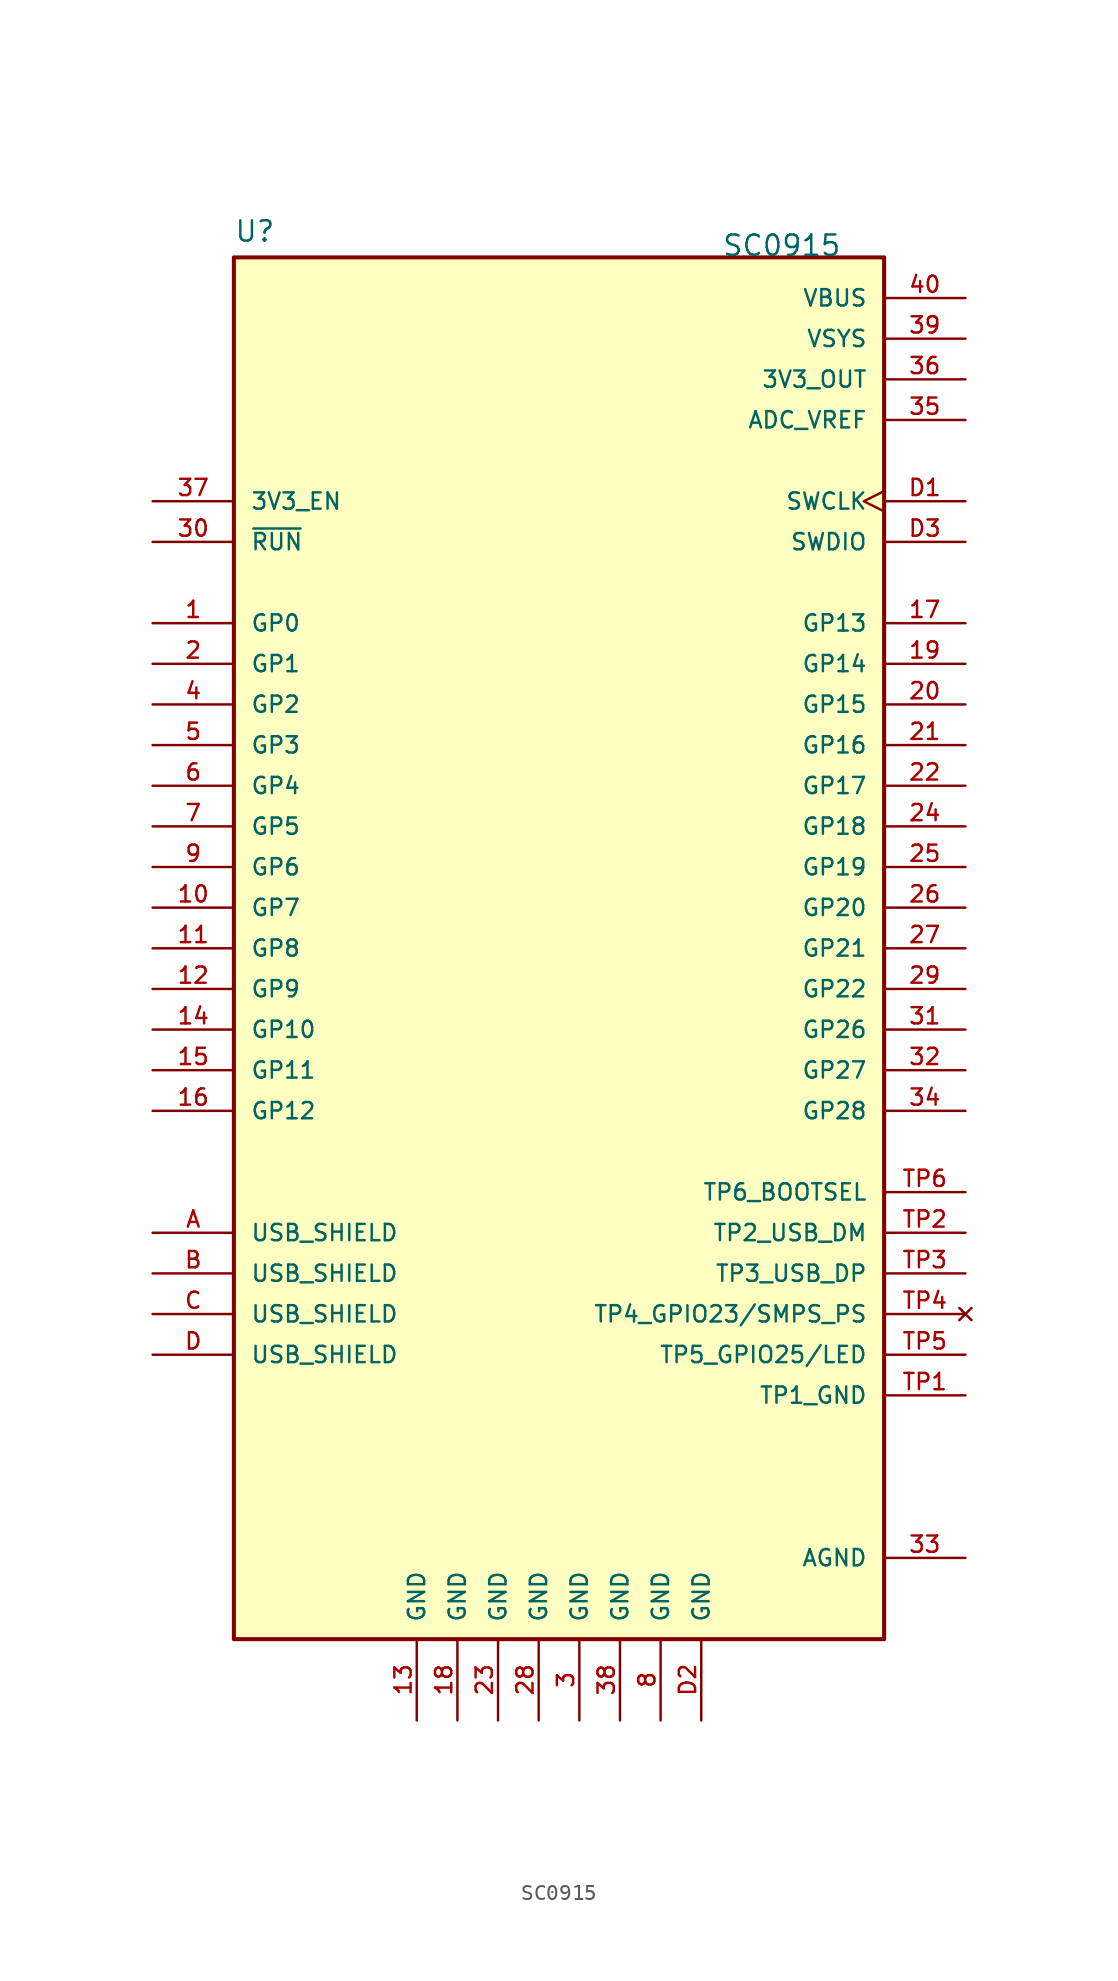
<source format=kicad_sym>
(kicad_symbol_lib
  (version 20231120)
  (generator "kicad_symbol_editor")
  (generator_version "8.0")
  (symbol "SC0915"
    (pin_names
      (offset 1.016))
    (property "Reference" "U"
      (at -20.32 44.069 0)
      (effects (font (size 1.27 1.27)) (justify left bottom)))
    (property "Value" "SC0915"
      (at 10.16 43.18 0)
      (effects (font (size 1.27 1.27)) (justify left bottom)))
    (symbol "SC0915_0_0"
      (rectangle (start -20.32 -43.18) (end 20.32 43.18) (stroke (width 0.254) (type default)) (fill (type background)))
      (pin bidirectional line (at -25.4 20.32 0) (length 5.08) (name "GP0" (effects (font (size 1.016 1.016)))) (number "1" (effects (font (size 1.016 1.016)))))
      (pin bidirectional line (at -25.4 2.54 0) (length 5.08) (name "GP7" (effects (font (size 1.016 1.016)))) (number "10" (effects (font (size 1.016 1.016)))))
      (pin bidirectional line (at -25.4 0 0) (length 5.08) (name "GP8" (effects (font (size 1.016 1.016)))) (number "11" (effects (font (size 1.016 1.016)))))
      (pin bidirectional line (at -25.4 -2.54 0) (length 5.08) (name "GP9" (effects (font (size 1.016 1.016)))) (number "12" (effects (font (size 1.016 1.016)))))
      (pin power_in line (at -8.89 -48.26 90) (length 5.08) (name "GND" (effects (font (size 1.016 1.016)))) (number "13" (effects (font (size 1.016 1.016)))))
      (pin bidirectional line (at -25.4 -5.08 0) (length 5.08) (name "GP10" (effects (font (size 1.016 1.016)))) (number "14" (effects (font (size 1.016 1.016)))))
      (pin bidirectional line (at -25.4 -7.62 0) (length 5.08) (name "GP11" (effects (font (size 1.016 1.016)))) (number "15" (effects (font (size 1.016 1.016)))))
      (pin bidirectional line (at -25.4 -10.16 0) (length 5.08) (name "GP12" (effects (font (size 1.016 1.016)))) (number "16" (effects (font (size 1.016 1.016)))))
      (pin bidirectional line (at 25.4 20.32 180) (length 5.08) (name "GP13" (effects (font (size 1.016 1.016)))) (number "17" (effects (font (size 1.016 1.016)))))
      (pin power_in line (at -6.35 -48.26 90) (length 5.08) (name "GND" (effects (font (size 1.016 1.016)))) (number "18" (effects (font (size 1.016 1.016)))))
      (pin bidirectional line (at 25.4 17.78 180) (length 5.08) (name "GP14" (effects (font (size 1.016 1.016)))) (number "19" (effects (font (size 1.016 1.016)))))
      (pin bidirectional line (at -25.4 17.78 0) (length 5.08) (name "GP1" (effects (font (size 1.016 1.016)))) (number "2" (effects (font (size 1.016 1.016)))))
      (pin bidirectional line (at 25.4 15.24 180) (length 5.08) (name "GP15" (effects (font (size 1.016 1.016)))) (number "20" (effects (font (size 1.016 1.016)))))
      (pin bidirectional line (at 25.4 12.7 180) (length 5.08) (name "GP16" (effects (font (size 1.016 1.016)))) (number "21" (effects (font (size 1.016 1.016)))))
      (pin bidirectional line (at 25.4 10.16 180) (length 5.08) (name "GP17" (effects (font (size 1.016 1.016)))) (number "22" (effects (font (size 1.016 1.016)))))
      (pin power_in line (at -3.81 -48.26 90) (length 5.08) (name "GND" (effects (font (size 1.016 1.016)))) (number "23" (effects (font (size 1.016 1.016)))))
      (pin bidirectional line (at 25.4 7.62 180) (length 5.08) (name "GP18" (effects (font (size 1.016 1.016)))) (number "24" (effects (font (size 1.016 1.016)))))
      (pin bidirectional line (at 25.4 5.08 180) (length 5.08) (name "GP19" (effects (font (size 1.016 1.016)))) (number "25" (effects (font (size 1.016 1.016)))))
      (pin bidirectional line (at 25.4 2.54 180) (length 5.08) (name "GP20" (effects (font (size 1.016 1.016)))) (number "26" (effects (font (size 1.016 1.016)))))
      (pin bidirectional line (at 25.4 0 180) (length 5.08) (name "GP21" (effects (font (size 1.016 1.016)))) (number "27" (effects (font (size 1.016 1.016)))))
      (pin power_in line (at -1.27 -48.26 90) (length 5.08) (name "GND" (effects (font (size 1.016 1.016)))) (number "28" (effects (font (size 1.016 1.016)))))
      (pin bidirectional line (at 25.4 -2.54 180) (length 5.08) (name "GP22" (effects (font (size 1.016 1.016)))) (number "29" (effects (font (size 1.016 1.016)))))
      (pin power_in line (at 1.27 -48.26 90) (length 5.08) (name "GND" (effects (font (size 1.016 1.016)))) (number "3" (effects (font (size 1.016 1.016)))))
      (pin input line (at -25.4 25.4 0) (length 5.08) (name "~{RUN}" (effects (font (size 1.016 1.016)))) (number "30" (effects (font (size 1.016 1.016)))))
      (pin bidirectional line (at 25.4 -5.08 180) (length 5.08) (name "GP26" (effects (font (size 1.016 1.016)))) (number "31" (effects (font (size 1.016 1.016)))))
      (pin bidirectional line (at 25.4 -7.62 180) (length 5.08) (name "GP27" (effects (font (size 1.016 1.016)))) (number "32" (effects (font (size 1.016 1.016)))))
      (pin power_in line (at 25.4 -38.1 180) (length 5.08) (name "AGND" (effects (font (size 1.016 1.016)))) (number "33" (effects (font (size 1.016 1.016)))))
      (pin bidirectional line (at 25.4 -10.16 180) (length 5.08) (name "GP28" (effects (font (size 1.016 1.016)))) (number "34" (effects (font (size 1.016 1.016)))))
      (pin power_in line (at 25.4 33.02 180) (length 5.08) (name "ADC_VREF" (effects (font (size 1.016 1.016)))) (number "35" (effects (font (size 1.016 1.016)))))
      (pin power_in line (at 25.4 35.56 180) (length 5.08) (name "3V3_OUT" (effects (font (size 1.016 1.016)))) (number "36" (effects (font (size 1.016 1.016)))))
      (pin input line (at -25.4 27.94 0) (length 5.08) (name "3V3_EN" (effects (font (size 1.016 1.016)))) (number "37" (effects (font (size 1.016 1.016)))))
      (pin power_in line (at 3.81 -48.26 90) (length 5.08) (name "GND" (effects (font (size 1.016 1.016)))) (number "38" (effects (font (size 1.016 1.016)))))
      (pin power_in line (at 25.4 38.1 180) (length 5.08) (name "VSYS" (effects (font (size 1.016 1.016)))) (number "39" (effects (font (size 1.016 1.016)))))
      (pin bidirectional line (at -25.4 15.24 0) (length 5.08) (name "GP2" (effects (font (size 1.016 1.016)))) (number "4" (effects (font (size 1.016 1.016)))))
      (pin power_in line (at 25.4 40.64 180) (length 5.08) (name "VBUS" (effects (font (size 1.016 1.016)))) (number "40" (effects (font (size 1.016 1.016)))))
      (pin bidirectional line (at -25.4 12.7 0) (length 5.08) (name "GP3" (effects (font (size 1.016 1.016)))) (number "5" (effects (font (size 1.016 1.016)))))
      (pin bidirectional line (at -25.4 10.16 0) (length 5.08) (name "GP4" (effects (font (size 1.016 1.016)))) (number "6" (effects (font (size 1.016 1.016)))))
      (pin bidirectional line (at -25.4 7.62 0) (length 5.08) (name "GP5" (effects (font (size 1.016 1.016)))) (number "7" (effects (font (size 1.016 1.016)))))
      (pin power_in line (at 6.35 -48.26 90) (length 5.08) (name "GND" (effects (font (size 1.016 1.016)))) (number "8" (effects (font (size 1.016 1.016)))))
      (pin bidirectional line (at -25.4 5.08 0) (length 5.08) (name "GP6" (effects (font (size 1.016 1.016)))) (number "9" (effects (font (size 1.016 1.016)))))
      (pin power_in line (at -25.4 -17.78 0) (length 5.08) (name "USB_SHIELD" (effects (font (size 1.016 1.016)))) (number "A" (effects (font (size 1.016 1.016)))))
      (pin power_in line (at -25.4 -20.32 0) (length 5.08) (name "USB_SHIELD" (effects (font (size 1.016 1.016)))) (number "B" (effects (font (size 1.016 1.016)))))
      (pin power_in line (at -25.4 -22.86 0) (length 5.08) (name "USB_SHIELD" (effects (font (size 1.016 1.016)))) (number "C" (effects (font (size 1.016 1.016)))))
      (pin power_in line (at -25.4 -25.4 0) (length 5.08) (name "USB_SHIELD" (effects (font (size 1.016 1.016)))) (number "D" (effects (font (size 1.016 1.016)))))
      (pin input clock (at 25.4 27.94 180) (length 5.08) (name "SWCLK" (effects (font (size 1.016 1.016)))) (number "D1" (effects (font (size 1.016 1.016)))))
      (pin power_in line (at 8.89 -48.26 90) (length 5.08) (name "GND" (effects (font (size 1.016 1.016)))) (number "D2" (effects (font (size 1.016 1.016)))))
      (pin bidirectional line (at 25.4 25.4 180) (length 5.08) (name "SWDIO" (effects (font (size 1.016 1.016)))) (number "D3" (effects (font (size 1.016 1.016)))))
      (pin power_in line (at 25.4 -27.94 180) (length 5.08) (name "TP1_GND" (effects (font (size 1.016 1.016)))) (number "TP1" (effects (font (size 1.016 1.016)))))
      (pin bidirectional line (at 25.4 -17.78 180) (length 5.08) (name "TP2_USB_DM" (effects (font (size 1.016 1.016)))) (number "TP2" (effects (font (size 1.016 1.016)))))
      (pin bidirectional line (at 25.4 -20.32 180) (length 5.08) (name "TP3_USB_DP" (effects (font (size 1.016 1.016)))) (number "TP3" (effects (font (size 1.016 1.016)))))
      (pin no_connect line (at 25.4 -22.86 180) (length 5.08) (name "TP4_GPIO23/SMPS_PS" (effects (font (size 1.016 1.016)))) (number "TP4" (effects (font (size 1.016 1.016)))))
      (pin output line (at 25.4 -25.4 180) (length 5.08) (name "TP5_GPIO25/LED" (effects (font (size 1.016 1.016)))) (number "TP5" (effects (font (size 1.016 1.016)))))
      (pin input line (at 25.4 -15.24 180) (length 5.08) (name "TP6_BOOTSEL" (effects (font (size 1.016 1.016)))) (number "TP6" (effects (font (size 1.016 1.016))))))))
</source>
